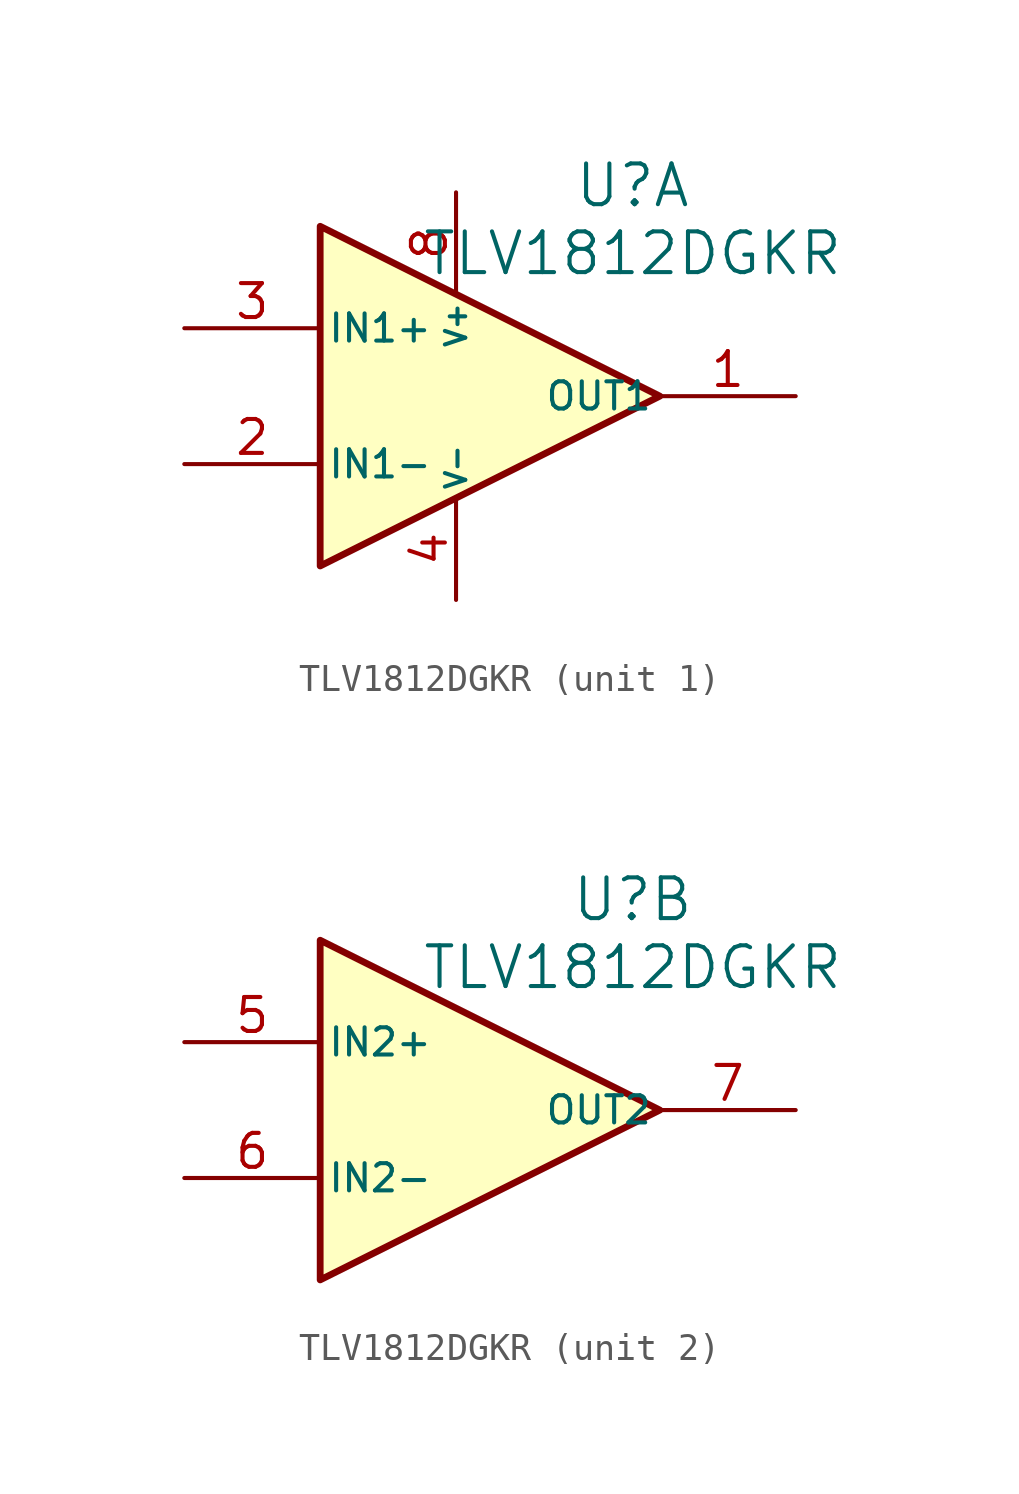
<source format=kicad_sym>
(kicad_symbol_lib
  (version 20231120)
  (generator "kicad_symbol_editor")
  (generator_version "8.0")
  (symbol "TLV1812DGKR"
    (pin_names
      (offset 0.254))
    (property "Reference" "U"
      (at 6.604 7.874 0)
      (effects (font (size 1.524 1.524))))
    (property "Value" "TLV1812DGKR"
      (at 6.604 5.334 0)
      (effects (font (size 1.524 1.524))))
    (property "ki_locked" ""
      (at 0 0 0)
      (effects (font (size 1.27 1.27))))
    (symbol "TLV1812DGKR_0_1"
      (polyline (pts (xy -5.08 6.35) (xy -5.08 -6.35) (xy 7.62 0) (xy -5.08 6.35)) (stroke (width 0.254) (type default)) (fill (type background))))
    (symbol "TLV1812DGKR_1_1"
      (pin output line (at 12.7 0 180) (length 5.08) (name "OUT1" (effects (font (size 1.016 1.016)))) (number "1" (effects (font (size 1.27 1.27)))))
      (pin input line (at -10.16 -2.54 0) (length 5.08) (name "IN1-" (effects (font (size 1.016 1.016)))) (number "2" (effects (font (size 1.27 1.27)))))
      (pin input line (at -10.16 2.54 0) (length 5.08) (name "IN1+" (effects (font (size 1.016 1.016)))) (number "3" (effects (font (size 1.27 1.27)))))
      (pin power_in line (at 0 -7.62 90) (length 3.81) (name "V-" (effects (font (size 0.762 0.762)))) (number "4" (effects (font (size 1.27 1.27)))))
      (pin power_in line (at 0 7.62 270) (length 3.81) (name "V+" (effects (font (size 0.762 0.762)))) (number "8" (effects (font (size 1.27 1.27))))))
    (symbol "TLV1812DGKR_2_1"
      (pin input line (at -10.16 2.54 0) (length 5.08) (name "IN2+" (effects (font (size 1.016 1.016)))) (number "5" (effects (font (size 1.27 1.27)))))
      (pin input line (at -10.16 -2.54 0) (length 5.08) (name "IN2-" (effects (font (size 1.016 1.016)))) (number "6" (effects (font (size 1.27 1.27)))))
      (pin output line (at 12.7 0 180) (length 5.08) (name "OUT2" (effects (font (size 1.016 1.016)))) (number "7" (effects (font (size 1.27 1.27))))))))
</source>
